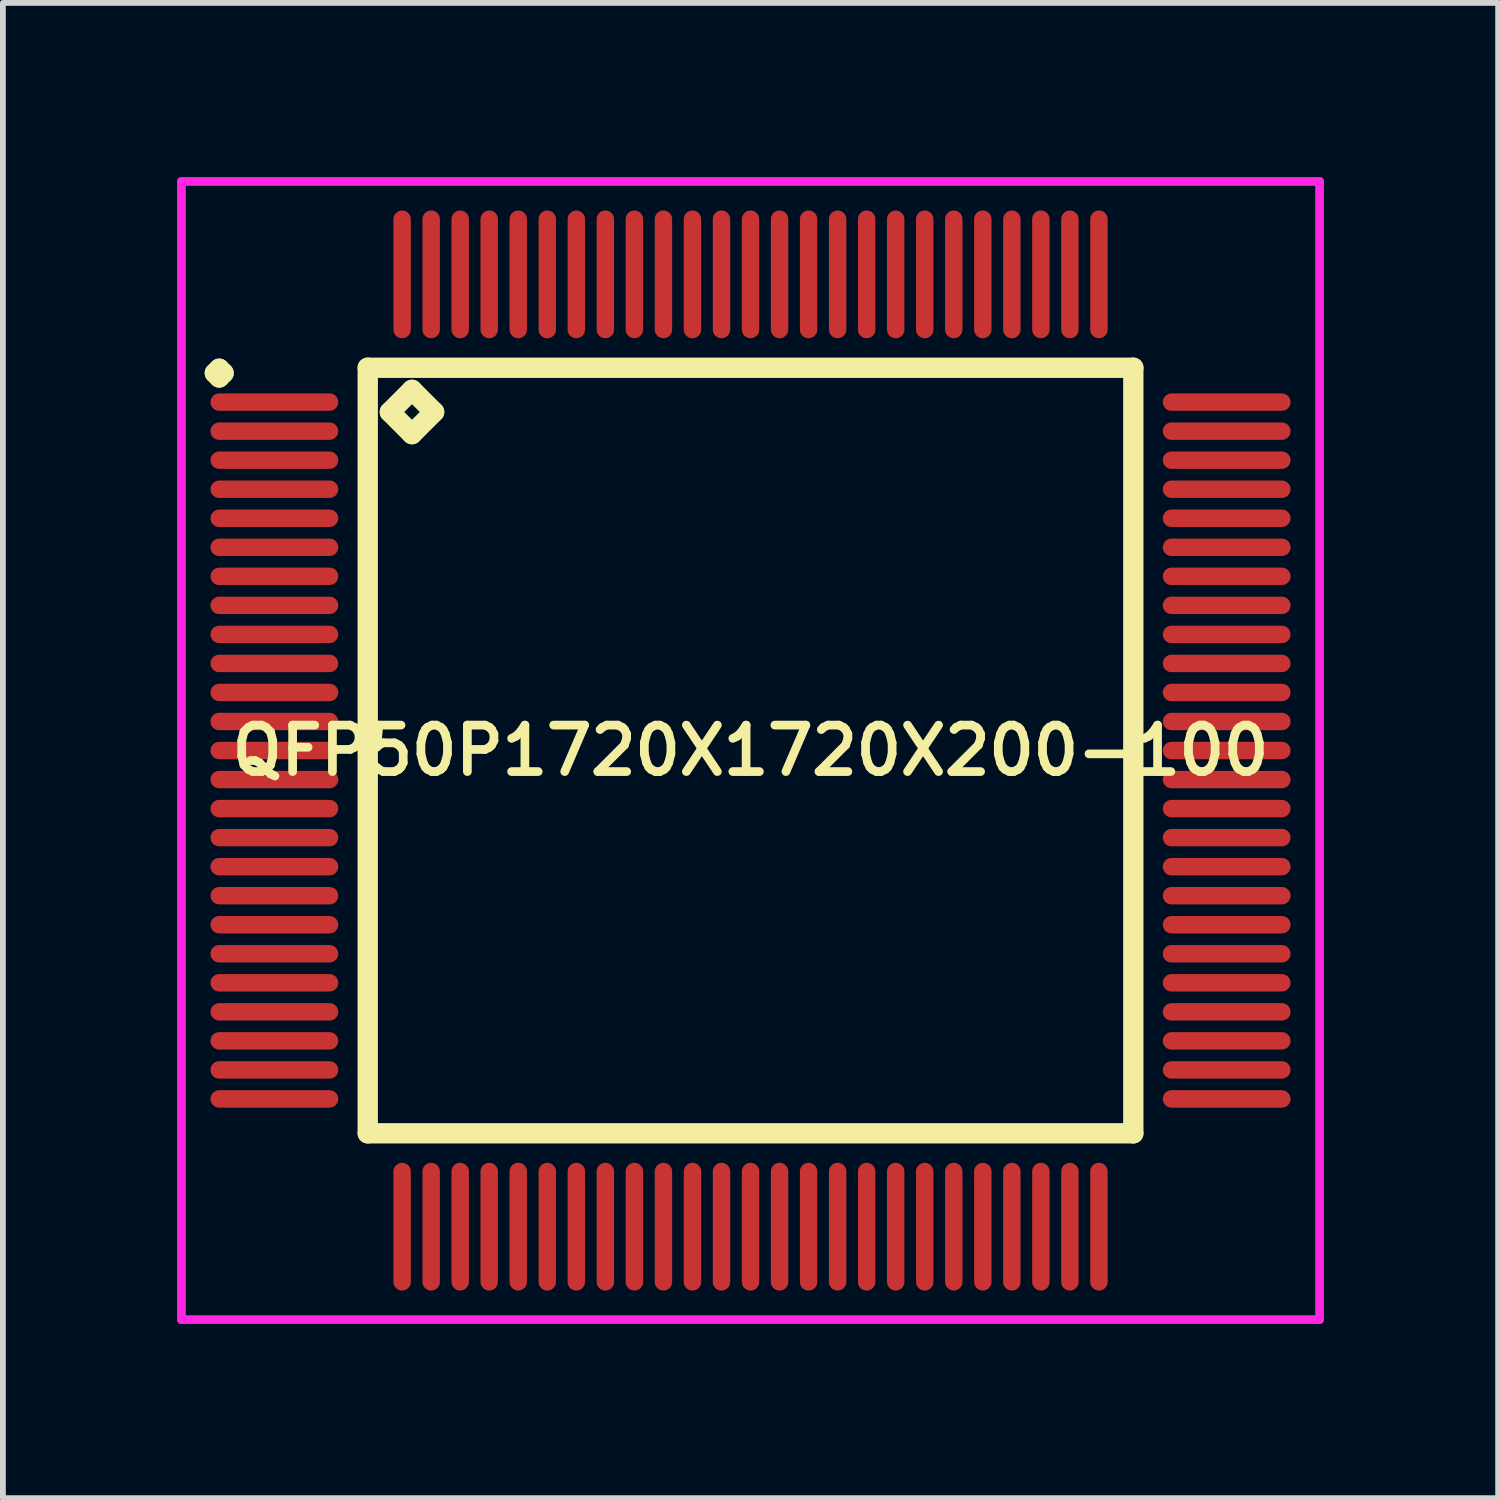
<source format=kicad_pcb>
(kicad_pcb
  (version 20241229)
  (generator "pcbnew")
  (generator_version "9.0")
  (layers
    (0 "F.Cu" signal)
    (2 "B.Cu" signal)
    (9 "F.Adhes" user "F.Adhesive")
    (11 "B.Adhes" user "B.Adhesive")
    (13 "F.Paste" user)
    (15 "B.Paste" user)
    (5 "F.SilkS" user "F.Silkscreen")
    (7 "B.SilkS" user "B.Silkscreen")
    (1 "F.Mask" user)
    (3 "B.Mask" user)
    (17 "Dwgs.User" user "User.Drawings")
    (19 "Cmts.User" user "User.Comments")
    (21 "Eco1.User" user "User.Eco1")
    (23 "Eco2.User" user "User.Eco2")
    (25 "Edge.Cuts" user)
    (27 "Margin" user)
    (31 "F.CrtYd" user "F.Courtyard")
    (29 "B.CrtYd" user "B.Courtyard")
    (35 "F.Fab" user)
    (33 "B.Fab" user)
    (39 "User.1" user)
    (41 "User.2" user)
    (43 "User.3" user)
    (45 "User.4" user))
  (footprint "QFP50P1720X1720X200-100"
    (layer "F.Cu")
    (at 9.875 9.875)
    (property "Reference" "QFP50P1720X1720X200-100" (at 0 0 0) (layer "F.SilkS") (effects (font (size 0.8 0.8) (thickness 0.15))))
    (attr through_hole)
    (fp_line (start -9.225 -6.5) (end -9.15 -6.575) (stroke (width 0.35) (type solid)) (layer "F.SilkS"))
    (fp_line (start -9.15 -6.575) (end -9.075 -6.5) (stroke (width 0.35) (type solid)) (layer "F.SilkS"))
    (fp_line (start -9.15 -6.425) (end -9.225 -6.5) (stroke (width 0.35) (type solid)) (layer "F.SilkS"))
    (fp_line (start -9.075 -6.5) (end -9.15 -6.425) (stroke (width 0.35) (type solid)) (layer "F.SilkS"))
    (fp_line (start -6.592 -6.592) (end -6.592 6.592) (stroke (width 0.35) (type solid)) (layer "F.SilkS"))
    (fp_line (start -6.592 6.592) (end 6.592 6.592) (stroke (width 0.35) (type solid)) (layer "F.SilkS"))
    (fp_line (start -6.211 -5.83) (end -5.83 -6.211) (stroke (width 0.35) (type solid)) (layer "F.SilkS"))
    (fp_line (start -5.83 -6.211) (end -5.449 -5.83) (stroke (width 0.35) (type solid)) (layer "F.SilkS"))
    (fp_line (start -5.83 -5.449) (end -6.211 -5.83) (stroke (width 0.35) (type solid)) (layer "F.SilkS"))
    (fp_line (start -5.449 -5.83) (end -5.83 -5.449) (stroke (width 0.35) (type solid)) (layer "F.SilkS"))
    (fp_line (start 6.592 -6.592) (end -6.592 -6.592) (stroke (width 0.35) (type solid)) (layer "F.SilkS"))
    (fp_line (start 6.592 6.592) (end 6.592 -6.592) (stroke (width 0.35) (type solid)) (layer "F.SilkS"))
    (fp_line (start -9.8 -9.8) (end 9.8 -9.8) (stroke (width 0.15) (type solid)) (layer "F.CrtYd"))
    (fp_line (start -9.8 9.8) (end -9.8 -9.8) (stroke (width 0.15) (type solid)) (layer "F.CrtYd"))
    (fp_line (start 9.8 -9.8) (end 9.8 9.8) (stroke (width 0.15) (type solid)) (layer "F.CrtYd"))
    (fp_line (start 9.8 9.8) (end -9.8 9.8) (stroke (width 0.15) (type solid)) (layer "F.CrtYd"))
    (pad "1" smd oval (at -8.2 -6) (size 2.2 0.3) (layers "F.Cu" "F.Mask" "F.Paste"))
    (pad "2" smd oval (at -8.2 -5.5) (size 2.2 0.3) (layers "F.Cu" "F.Mask" "F.Paste"))
    (pad "3" smd oval (at -8.2 -5) (size 2.2 0.3) (layers "F.Cu" "F.Mask" "F.Paste"))
    (pad "4" smd oval (at -8.2 -4.5) (size 2.2 0.3) (layers "F.Cu" "F.Mask" "F.Paste"))
    (pad "5" smd oval (at -8.2 -4) (size 2.2 0.3) (layers "F.Cu" "F.Mask" "F.Paste"))
    (pad "6" smd oval (at -8.2 -3.5) (size 2.2 0.3) (layers "F.Cu" "F.Mask" "F.Paste"))
    (pad "7" smd oval (at -8.2 -3) (size 2.2 0.3) (layers "F.Cu" "F.Mask" "F.Paste"))
    (pad "8" smd oval (at -8.2 -2.5) (size 2.2 0.3) (layers "F.Cu" "F.Mask" "F.Paste"))
    (pad "9" smd oval (at -8.2 -2) (size 2.2 0.3) (layers "F.Cu" "F.Mask" "F.Paste"))
    (pad "10" smd oval (at -8.2 -1.5) (size 2.2 0.3) (layers "F.Cu" "F.Mask" "F.Paste"))
    (pad "11" smd oval (at -8.2 -1) (size 2.2 0.3) (layers "F.Cu" "F.Mask" "F.Paste"))
    (pad "12" smd oval (at -8.2 -0.5) (size 2.2 0.3) (layers "F.Cu" "F.Mask" "F.Paste"))
    (pad "13" smd oval (at -8.2 0) (size 2.2 0.3) (layers "F.Cu" "F.Mask" "F.Paste"))
    (pad "14" smd oval (at -8.2 0.5) (size 2.2 0.3) (layers "F.Cu" "F.Mask" "F.Paste"))
    (pad "15" smd oval (at -8.2 1) (size 2.2 0.3) (layers "F.Cu" "F.Mask" "F.Paste"))
    (pad "16" smd oval (at -8.2 1.5) (size 2.2 0.3) (layers "F.Cu" "F.Mask" "F.Paste"))
    (pad "17" smd oval (at -8.2 2) (size 2.2 0.3) (layers "F.Cu" "F.Mask" "F.Paste"))
    (pad "18" smd oval (at -8.2 2.5) (size 2.2 0.3) (layers "F.Cu" "F.Mask" "F.Paste"))
    (pad "19" smd oval (at -8.2 3) (size 2.2 0.3) (layers "F.Cu" "F.Mask" "F.Paste"))
    (pad "20" smd oval (at -8.2 3.5) (size 2.2 0.3) (layers "F.Cu" "F.Mask" "F.Paste"))
    (pad "21" smd oval (at -8.2 4) (size 2.2 0.3) (layers "F.Cu" "F.Mask" "F.Paste"))
    (pad "22" smd oval (at -8.2 4.5) (size 2.2 0.3) (layers "F.Cu" "F.Mask" "F.Paste"))
    (pad "23" smd oval (at -8.2 5) (size 2.2 0.3) (layers "F.Cu" "F.Mask" "F.Paste"))
    (pad "24" smd oval (at -8.2 5.5) (size 2.2 0.3) (layers "F.Cu" "F.Mask" "F.Paste"))
    (pad "25" smd oval (at -8.2 6) (size 2.2 0.3) (layers "F.Cu" "F.Mask" "F.Paste"))
    (pad "26" smd oval (at -6 8.2) (size 0.3 2.2) (layers "F.Cu" "F.Mask" "F.Paste"))
    (pad "27" smd oval (at -5.5 8.2) (size 0.3 2.2) (layers "F.Cu" "F.Mask" "F.Paste"))
    (pad "28" smd oval (at -5 8.2) (size 0.3 2.2) (layers "F.Cu" "F.Mask" "F.Paste"))
    (pad "29" smd oval (at -4.5 8.2) (size 0.3 2.2) (layers "F.Cu" "F.Mask" "F.Paste"))
    (pad "30" smd oval (at -4 8.2) (size 0.3 2.2) (layers "F.Cu" "F.Mask" "F.Paste"))
    (pad "31" smd oval (at -3.5 8.2) (size 0.3 2.2) (layers "F.Cu" "F.Mask" "F.Paste"))
    (pad "32" smd oval (at -3 8.2) (size 0.3 2.2) (layers "F.Cu" "F.Mask" "F.Paste"))
    (pad "33" smd oval (at -2.5 8.2) (size 0.3 2.2) (layers "F.Cu" "F.Mask" "F.Paste"))
    (pad "34" smd oval (at -2 8.2) (size 0.3 2.2) (layers "F.Cu" "F.Mask" "F.Paste"))
    (pad "35" smd oval (at -1.5 8.2) (size 0.3 2.2) (layers "F.Cu" "F.Mask" "F.Paste"))
    (pad "36" smd oval (at -1 8.2) (size 0.3 2.2) (layers "F.Cu" "F.Mask" "F.Paste"))
    (pad "37" smd oval (at -0.5 8.2) (size 0.3 2.2) (layers "F.Cu" "F.Mask" "F.Paste"))
    (pad "38" smd oval (at 0 8.2) (size 0.3 2.2) (layers "F.Cu" "F.Mask" "F.Paste"))
    (pad "39" smd oval (at 0.5 8.2) (size 0.3 2.2) (layers "F.Cu" "F.Mask" "F.Paste"))
    (pad "40" smd oval (at 1 8.2) (size 0.3 2.2) (layers "F.Cu" "F.Mask" "F.Paste"))
    (pad "41" smd oval (at 1.5 8.2) (size 0.3 2.2) (layers "F.Cu" "F.Mask" "F.Paste"))
    (pad "42" smd oval (at 2 8.2) (size 0.3 2.2) (layers "F.Cu" "F.Mask" "F.Paste"))
    (pad "43" smd oval (at 2.5 8.2) (size 0.3 2.2) (layers "F.Cu" "F.Mask" "F.Paste"))
    (pad "44" smd oval (at 3 8.2) (size 0.3 2.2) (layers "F.Cu" "F.Mask" "F.Paste"))
    (pad "45" smd oval (at 3.5 8.2) (size 0.3 2.2) (layers "F.Cu" "F.Mask" "F.Paste"))
    (pad "46" smd oval (at 4 8.2) (size 0.3 2.2) (layers "F.Cu" "F.Mask" "F.Paste"))
    (pad "47" smd oval (at 4.5 8.2) (size 0.3 2.2) (layers "F.Cu" "F.Mask" "F.Paste"))
    (pad "48" smd oval (at 5 8.2) (size 0.3 2.2) (layers "F.Cu" "F.Mask" "F.Paste"))
    (pad "49" smd oval (at 5.5 8.2) (size 0.3 2.2) (layers "F.Cu" "F.Mask" "F.Paste"))
    (pad "50" smd oval (at 6 8.2) (size 0.3 2.2) (layers "F.Cu" "F.Mask" "F.Paste"))
    (pad "51" smd oval (at 8.2 6) (size 2.2 0.3) (layers "F.Cu" "F.Mask" "F.Paste"))
    (pad "52" smd oval (at 8.2 5.5) (size 2.2 0.3) (layers "F.Cu" "F.Mask" "F.Paste"))
    (pad "53" smd oval (at 8.2 5) (size 2.2 0.3) (layers "F.Cu" "F.Mask" "F.Paste"))
    (pad "54" smd oval (at 8.2 4.5) (size 2.2 0.3) (layers "F.Cu" "F.Mask" "F.Paste"))
    (pad "55" smd oval (at 8.2 4) (size 2.2 0.3) (layers "F.Cu" "F.Mask" "F.Paste"))
    (pad "56" smd oval (at 8.2 3.5) (size 2.2 0.3) (layers "F.Cu" "F.Mask" "F.Paste"))
    (pad "57" smd oval (at 8.2 3) (size 2.2 0.3) (layers "F.Cu" "F.Mask" "F.Paste"))
    (pad "58" smd oval (at 8.2 2.5) (size 2.2 0.3) (layers "F.Cu" "F.Mask" "F.Paste"))
    (pad "59" smd oval (at 8.2 2) (size 2.2 0.3) (layers "F.Cu" "F.Mask" "F.Paste"))
    (pad "60" smd oval (at 8.2 1.5) (size 2.2 0.3) (layers "F.Cu" "F.Mask" "F.Paste"))
    (pad "61" smd oval (at 8.2 1) (size 2.2 0.3) (layers "F.Cu" "F.Mask" "F.Paste"))
    (pad "62" smd oval (at 8.2 0.5) (size 2.2 0.3) (layers "F.Cu" "F.Mask" "F.Paste"))
    (pad "63" smd oval (at 8.2 0) (size 2.2 0.3) (layers "F.Cu" "F.Mask" "F.Paste"))
    (pad "64" smd oval (at 8.2 -0.5) (size 2.2 0.3) (layers "F.Cu" "F.Mask" "F.Paste"))
    (pad "65" smd oval (at 8.2 -1) (size 2.2 0.3) (layers "F.Cu" "F.Mask" "F.Paste"))
    (pad "66" smd oval (at 8.2 -1.5) (size 2.2 0.3) (layers "F.Cu" "F.Mask" "F.Paste"))
    (pad "67" smd oval (at 8.2 -2) (size 2.2 0.3) (layers "F.Cu" "F.Mask" "F.Paste"))
    (pad "68" smd oval (at 8.2 -2.5) (size 2.2 0.3) (layers "F.Cu" "F.Mask" "F.Paste"))
    (pad "69" smd oval (at 8.2 -3) (size 2.2 0.3) (layers "F.Cu" "F.Mask" "F.Paste"))
    (pad "70" smd oval (at 8.2 -3.5) (size 2.2 0.3) (layers "F.Cu" "F.Mask" "F.Paste"))
    (pad "71" smd oval (at 8.2 -4) (size 2.2 0.3) (layers "F.Cu" "F.Mask" "F.Paste"))
    (pad "72" smd oval (at 8.2 -4.5) (size 2.2 0.3) (layers "F.Cu" "F.Mask" "F.Paste"))
    (pad "73" smd oval (at 8.2 -5) (size 2.2 0.3) (layers "F.Cu" "F.Mask" "F.Paste"))
    (pad "74" smd oval (at 8.2 -5.5) (size 2.2 0.3) (layers "F.Cu" "F.Mask" "F.Paste"))
    (pad "75" smd oval (at 8.2 -6) (size 2.2 0.3) (layers "F.Cu" "F.Mask" "F.Paste"))
    (pad "76" smd oval (at 6 -8.2) (size 0.3 2.2) (layers "F.Cu" "F.Mask" "F.Paste"))
    (pad "77" smd oval (at 5.5 -8.2) (size 0.3 2.2) (layers "F.Cu" "F.Mask" "F.Paste"))
    (pad "78" smd oval (at 5 -8.2) (size 0.3 2.2) (layers "F.Cu" "F.Mask" "F.Paste"))
    (pad "79" smd oval (at 4.5 -8.2) (size 0.3 2.2) (layers "F.Cu" "F.Mask" "F.Paste"))
    (pad "80" smd oval (at 4 -8.2) (size 0.3 2.2) (layers "F.Cu" "F.Mask" "F.Paste"))
    (pad "81" smd oval (at 3.5 -8.2) (size 0.3 2.2) (layers "F.Cu" "F.Mask" "F.Paste"))
    (pad "82" smd oval (at 3 -8.2) (size 0.3 2.2) (layers "F.Cu" "F.Mask" "F.Paste"))
    (pad "83" smd oval (at 2.5 -8.2) (size 0.3 2.2) (layers "F.Cu" "F.Mask" "F.Paste"))
    (pad "84" smd oval (at 2 -8.2) (size 0.3 2.2) (layers "F.Cu" "F.Mask" "F.Paste"))
    (pad "85" smd oval (at 1.5 -8.2) (size 0.3 2.2) (layers "F.Cu" "F.Mask" "F.Paste"))
    (pad "86" smd oval (at 1 -8.2) (size 0.3 2.2) (layers "F.Cu" "F.Mask" "F.Paste"))
    (pad "87" smd oval (at 0.5 -8.2) (size 0.3 2.2) (layers "F.Cu" "F.Mask" "F.Paste"))
    (pad "88" smd oval (at 0 -8.2) (size 0.3 2.2) (layers "F.Cu" "F.Mask" "F.Paste"))
    (pad "89" smd oval (at -0.5 -8.2) (size 0.3 2.2) (layers "F.Cu" "F.Mask" "F.Paste"))
    (pad "90" smd oval (at -1 -8.2) (size 0.3 2.2) (layers "F.Cu" "F.Mask" "F.Paste"))
    (pad "91" smd oval (at -1.5 -8.2) (size 0.3 2.2) (layers "F.Cu" "F.Mask" "F.Paste"))
    (pad "92" smd oval (at -2 -8.2) (size 0.3 2.2) (layers "F.Cu" "F.Mask" "F.Paste"))
    (pad "93" smd oval (at -2.5 -8.2) (size 0.3 2.2) (layers "F.Cu" "F.Mask" "F.Paste"))
    (pad "94" smd oval (at -3 -8.2) (size 0.3 2.2) (layers "F.Cu" "F.Mask" "F.Paste"))
    (pad "95" smd oval (at -3.5 -8.2) (size 0.3 2.2) (layers "F.Cu" "F.Mask" "F.Paste"))
    (pad "96" smd oval (at -4 -8.2) (size 0.3 2.2) (layers "F.Cu" "F.Mask" "F.Paste"))
    (pad "97" smd oval (at -4.5 -8.2) (size 0.3 2.2) (layers "F.Cu" "F.Mask" "F.Paste"))
    (pad "98" smd oval (at -5 -8.2) (size 0.3 2.2) (layers "F.Cu" "F.Mask" "F.Paste"))
    (pad "99" smd oval (at -5.5 -8.2) (size 0.3 2.2) (layers "F.Cu" "F.Mask" "F.Paste"))
    (pad "100" smd oval (at -6 -8.2) (size 0.3 2.2) (layers "F.Cu" "F.Mask" "F.Paste")))
  (gr_rect
    (start -3 -3)
    (end 22.75 22.75)
    (stroke (width 0.1) (type default))
    (fill no)
    (layer "Edge.Cuts")))
</source>
